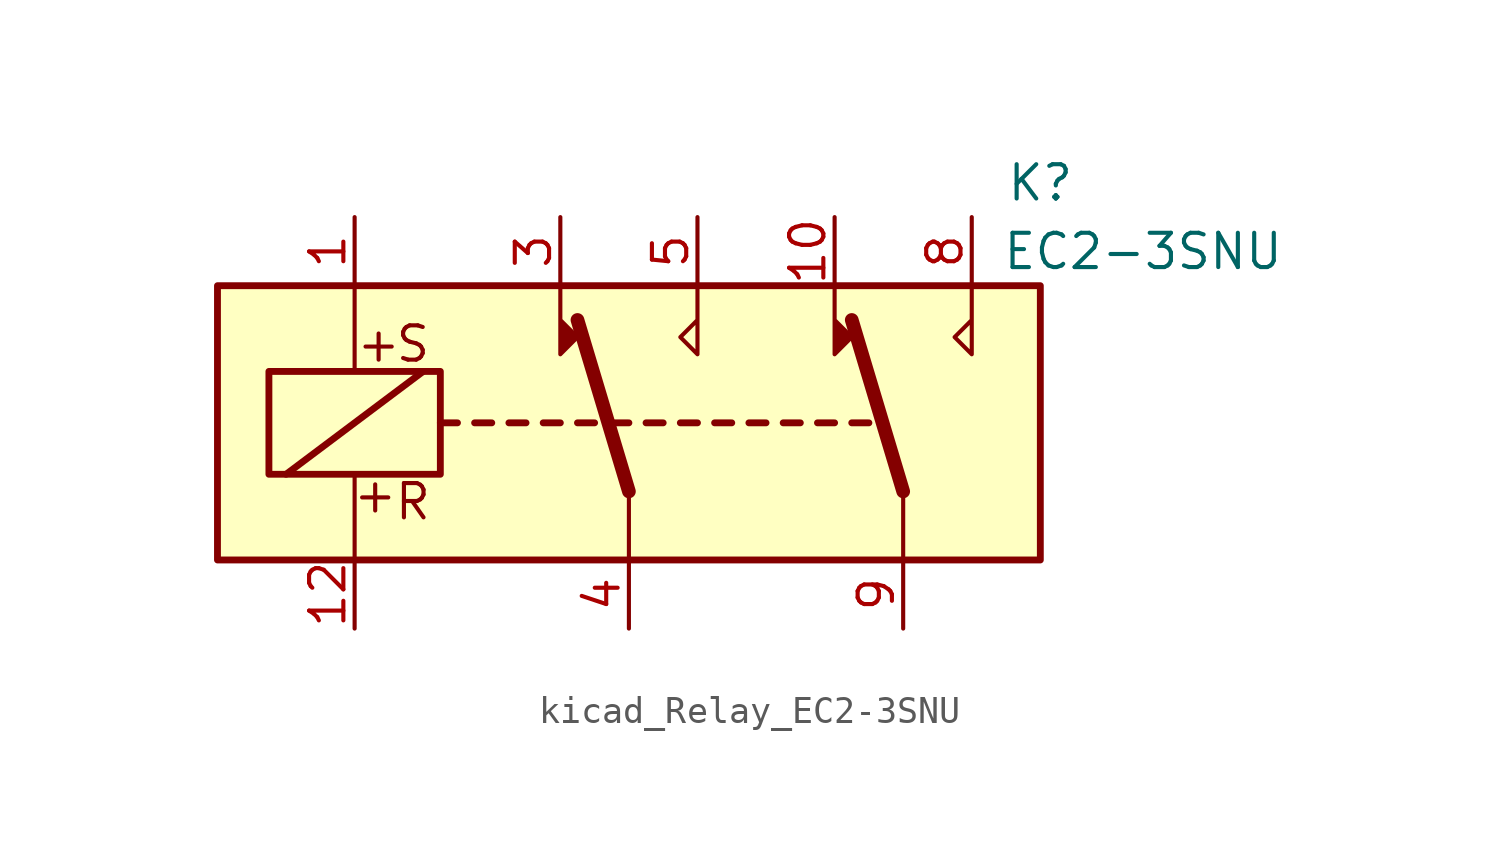
<source format=kicad_sym>
(kicad_symbol_lib
  (version 20220914)
  (generator kicad_symbol_editor)
  (symbol "kicad_Relay_EC2-3SNU"
    (property "Reference" "K"
      (at 15.24 8.89 0)
      (effects (font (size 1.27 1.27))))
    (property "Value" "EC2-3SNU"
      (at 19.05 6.35 0)
      (effects (font (size 1.27 1.27))))
    (symbol "kicad_Relay_EC2-3SNU_0_0"
      (text "S" (at -8.001 2.921 0) (effects (font (size 1.27 1.27)))))
    (symbol "kicad_Relay_EC2-3SNU_1_1"
      (rectangle (start -15.24 5.08) (end 15.24 -5.08) (stroke (width 0.254) (type default)) (fill (type background)))
      (rectangle (start -13.335 1.905) (end -6.985 -1.905) (stroke (width 0.254) (type default)) (fill (type none)))
      (polyline (pts (xy -12.7 -1.905) (xy -7.62 1.905)) (stroke (width 0.254) (type default)) (fill (type none)))
      (polyline (pts (xy -10.16 -5.08) (xy -10.16 -1.905)) (stroke (width 0) (type default)) (fill (type none)))
      (polyline (pts (xy -10.16 5.08) (xy -10.16 1.905)) (stroke (width 0) (type default)) (fill (type none)))
      (polyline (pts (xy -6.985 0) (xy -6.35 0)) (stroke (width 0.254) (type default)) (fill (type none)))
      (polyline (pts (xy -5.715 0) (xy -5.08 0)) (stroke (width 0.254) (type default)) (fill (type none)))
      (polyline (pts (xy -4.445 0) (xy -3.81 0)) (stroke (width 0.254) (type default)) (fill (type none)))
      (polyline (pts (xy -3.175 0) (xy -2.54 0)) (stroke (width 0.254) (type default)) (fill (type none)))
      (polyline (pts (xy -1.905 0) (xy -1.27 0)) (stroke (width 0.254) (type default)) (fill (type none)))
      (polyline (pts (xy -0.635 0) (xy 0 0)) (stroke (width 0.254) (type default)) (fill (type none)))
      (polyline (pts (xy 0 -2.54) (xy -1.905 3.81)) (stroke (width 0.508) (type default)) (fill (type none)))
      (polyline (pts (xy 0 -2.54) (xy 0 -5.08)) (stroke (width 0) (type default)) (fill (type none)))
      (polyline (pts (xy 0.635 0) (xy 1.27 0)) (stroke (width 0.254) (type default)) (fill (type none)))
      (polyline (pts (xy 1.905 0) (xy 2.54 0)) (stroke (width 0.254) (type default)) (fill (type none)))
      (polyline (pts (xy 3.175 0) (xy 3.81 0)) (stroke (width 0.254) (type default)) (fill (type none)))
      (polyline (pts (xy 4.445 0) (xy 5.08 0)) (stroke (width 0.254) (type default)) (fill (type none)))
      (polyline (pts (xy 5.715 0) (xy 6.35 0)) (stroke (width 0.254) (type default)) (fill (type none)))
      (polyline (pts (xy 6.985 0) (xy 7.62 0)) (stroke (width 0.254) (type default)) (fill (type none)))
      (polyline (pts (xy 8.255 0) (xy 8.89 0)) (stroke (width 0.254) (type default)) (fill (type none)))
      (polyline (pts (xy 10.16 -2.54) (xy 8.255 3.81)) (stroke (width 0.508) (type default)) (fill (type none)))
      (polyline (pts (xy 10.16 -2.54) (xy 10.16 -5.08)) (stroke (width 0) (type default)) (fill (type none)))
      (polyline (pts (xy -2.54 5.08) (xy -2.54 2.54) (xy -1.905 3.175) (xy -2.54 3.81)) (stroke (width 0) (type default)) (fill (type outline)))
      (polyline (pts (xy 2.54 5.08) (xy 2.54 2.54) (xy 1.905 3.175) (xy 2.54 3.81)) (stroke (width 0) (type default)) (fill (type none)))
      (polyline (pts (xy 7.62 5.08) (xy 7.62 2.54) (xy 8.255 3.175) (xy 7.62 3.81)) (stroke (width 0) (type default)) (fill (type outline)))
      (polyline (pts (xy 12.7 5.08) (xy 12.7 2.54) (xy 12.065 3.175) (xy 12.7 3.81)) (stroke (width 0) (type default)) (fill (type none)))
      (text "+" (at -9.398 -2.667 0) (effects (font (size 1.27 1.27))))
      (text "+" (at -9.271 2.921 0) (effects (font (size 1.27 1.27))))
      (text "R" (at -8.001 -2.921 0) (effects (font (size 1.27 1.27))))
      (pin passive line (at -10.16 7.62 270) (length 2.54) (name "~" (effects (font (size 1.27 1.27)))) (number "1" (effects (font (size 1.27 1.27)))))
      (pin passive line (at 7.62 7.62 270) (length 2.54) (name "~" (effects (font (size 1.27 1.27)))) (number "10" (effects (font (size 1.27 1.27)))))
      (pin passive line (at -10.16 -7.62 90) (length 2.54) (name "~" (effects (font (size 1.27 1.27)))) (number "12" (effects (font (size 1.27 1.27)))))
      (pin passive line (at -2.54 7.62 270) (length 2.54) (name "~" (effects (font (size 1.27 1.27)))) (number "3" (effects (font (size 1.27 1.27)))))
      (pin passive line (at 0 -7.62 90) (length 2.54) (name "~" (effects (font (size 1.27 1.27)))) (number "4" (effects (font (size 1.27 1.27)))))
      (pin passive line (at 2.54 7.62 270) (length 2.54) (name "~" (effects (font (size 1.27 1.27)))) (number "5" (effects (font (size 1.27 1.27)))))
      (pin passive line (at 12.7 7.62 270) (length 2.54) (name "~" (effects (font (size 1.27 1.27)))) (number "8" (effects (font (size 1.27 1.27)))))
      (pin passive line (at 10.16 -7.62 90) (length 2.54) (name "~" (effects (font (size 1.27 1.27)))) (number "9" (effects (font (size 1.27 1.27))))))))
</source>
